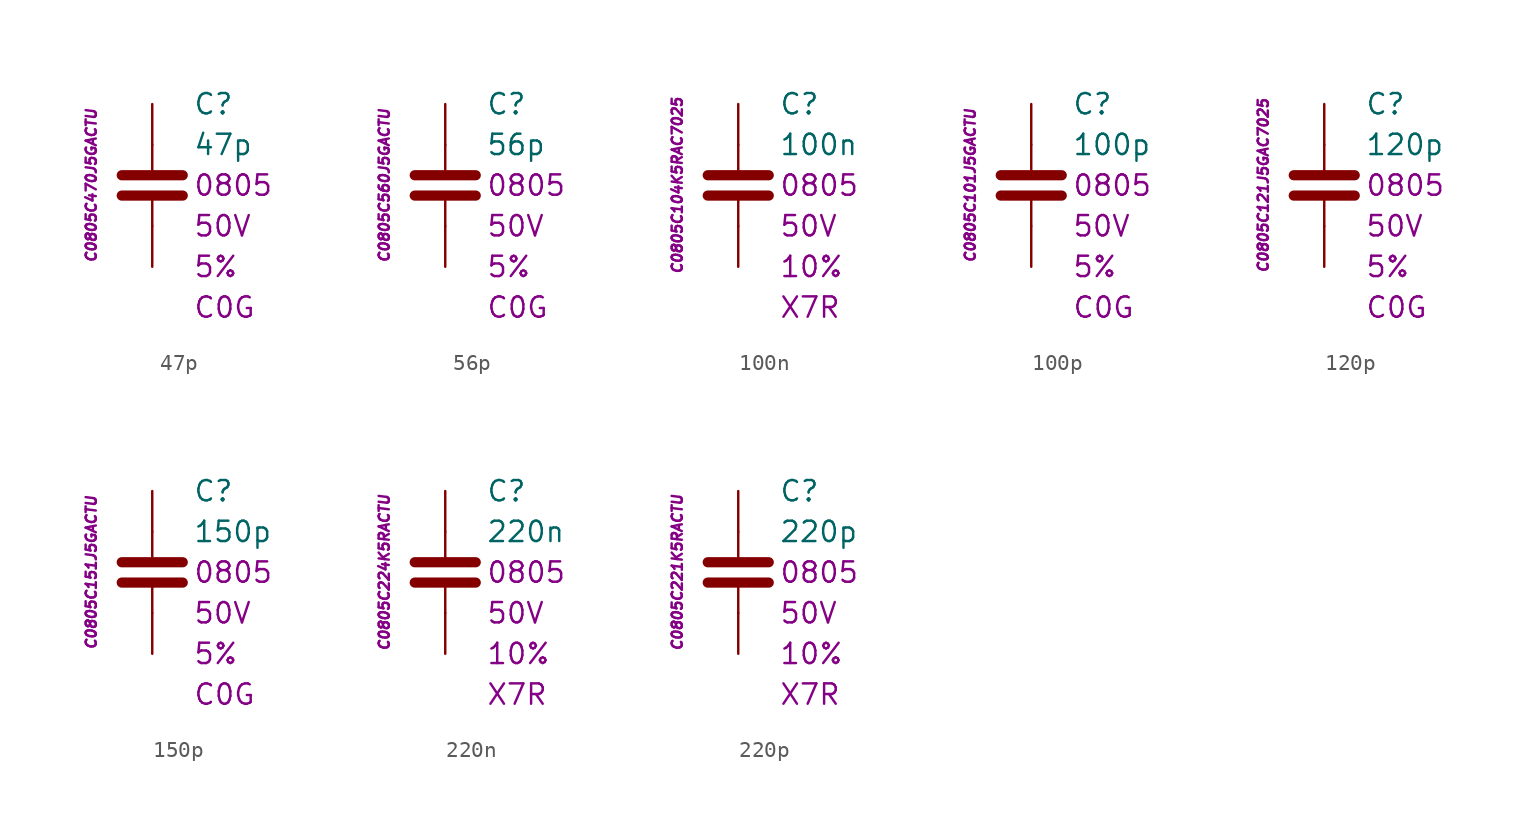
<source format=kicad_sym>
(kicad_symbol_lib
  (version 20201005)
  (generator kicad_symbol_editor)
  (symbol "C.Kemet.MLCC.0805:47p"
    (pin_numbers hide)
    (pin_names
      (offset 1.016) hide)
    (property "Reference" "C"
      (at 2.54 5.08 0)
      (effects (font (size 1.27 1.27)) (justify left)))
    (property "Value" "47p"
      (at 2.54 2.54 0)
      (effects (font (size 1.27 1.27)) (justify left)))
    (property "Package" "0805"
      (at 2.54 0 0)
      (effects (font (size 1.27 1.27)) (justify left)))
    (property "Voltage" "50V"
      (at 2.54 -2.54 0)
      (effects (font (size 1.27 1.27)) (justify left)))
    (property "Tolerance" "5%"
      (at 2.54 -5.08 0)
      (effects (font (size 1.27 1.27)) (justify left)))
    (property "Dielectric" "C0G"
      (at 2.54 -7.62 0)
      (effects (font (size 1.27 1.27)) (justify left)))
    (property "ID" "C0805C470J5GACTU"
      (at -3.81 0 90)
      (effects (font (size 0.635 0.635) italic)))
    (symbol "47p_0_1"
      (polyline (pts (xy -1.905 -0.635) (xy 1.905 -0.635)) (stroke (width 0.635)) (fill (type none)))
      (polyline (pts (xy -1.905 0.635) (xy 1.905 0.635)) (stroke (width 0.635)) (fill (type none)))
      (polyline (pts (xy 0 -2.54) (xy 0 -0.635)) (stroke (width 0.152)) (fill (type none)))
      (polyline (pts (xy 0 0.635) (xy 0 2.54)) (stroke (width 0.152)) (fill (type none))))
    (symbol "47p_1_1"
      (pin passive line (at 0 5.08 270) (length 2.54) (name "~" (effects (font (size 1.778 1.778)))) (number "1" (effects (font (size 1.778 1.778)))))
      (pin passive line (at 0 -5.08 90) (length 2.54) (name "~" (effects (font (size 1.778 1.778)))) (number "2" (effects (font (size 1.778 1.778)))))))
  (symbol "C.Kemet.MLCC.0805:56p"
    (pin_numbers hide)
    (pin_names
      (offset 1.016) hide)
    (property "Reference" "C"
      (at 2.54 5.08 0)
      (effects (font (size 1.27 1.27)) (justify left)))
    (property "Value" "56p"
      (at 2.54 2.54 0)
      (effects (font (size 1.27 1.27)) (justify left)))
    (property "Package" "0805"
      (at 2.54 0 0)
      (effects (font (size 1.27 1.27)) (justify left)))
    (property "Voltage" "50V"
      (at 2.54 -2.54 0)
      (effects (font (size 1.27 1.27)) (justify left)))
    (property "Tolerance" "5%"
      (at 2.54 -5.08 0)
      (effects (font (size 1.27 1.27)) (justify left)))
    (property "Dielectric" "C0G"
      (at 2.54 -7.62 0)
      (effects (font (size 1.27 1.27)) (justify left)))
    (property "ID" "C0805C560J5GACTU"
      (at -3.81 0 90)
      (effects (font (size 0.635 0.635) italic)))
    (symbol "56p_0_1"
      (polyline (pts (xy -1.905 -0.635) (xy 1.905 -0.635)) (stroke (width 0.635)) (fill (type none)))
      (polyline (pts (xy -1.905 0.635) (xy 1.905 0.635)) (stroke (width 0.635)) (fill (type none)))
      (polyline (pts (xy 0 -2.54) (xy 0 -0.635)) (stroke (width 0.152)) (fill (type none)))
      (polyline (pts (xy 0 0.635) (xy 0 2.54)) (stroke (width 0.152)) (fill (type none))))
    (symbol "56p_1_1"
      (pin passive line (at 0 5.08 270) (length 2.54) (name "~" (effects (font (size 1.778 1.778)))) (number "1" (effects (font (size 1.778 1.778)))))
      (pin passive line (at 0 -5.08 90) (length 2.54) (name "~" (effects (font (size 1.778 1.778)))) (number "2" (effects (font (size 1.778 1.778)))))))
  (symbol "C.Kemet.MLCC.0805:100n"
    (pin_numbers hide)
    (pin_names
      (offset 1.016) hide)
    (property "Reference" "C"
      (at 2.54 5.08 0)
      (effects (font (size 1.27 1.27)) (justify left)))
    (property "Value" "100n"
      (at 2.54 2.54 0)
      (effects (font (size 1.27 1.27)) (justify left)))
    (property "Package" "0805"
      (at 2.54 0 0)
      (effects (font (size 1.27 1.27)) (justify left)))
    (property "Voltage" "50V"
      (at 2.54 -2.54 0)
      (effects (font (size 1.27 1.27)) (justify left)))
    (property "Tolerance" "10%"
      (at 2.54 -5.08 0)
      (effects (font (size 1.27 1.27)) (justify left)))
    (property "Dielectric" "X7R"
      (at 2.54 -7.62 0)
      (effects (font (size 1.27 1.27)) (justify left)))
    (property "ID" "C0805C104K5RAC7025"
      (at -3.81 0 90)
      (effects (font (size 0.635 0.635) italic)))
    (symbol "100n_0_1"
      (polyline (pts (xy -1.905 -0.635) (xy 1.905 -0.635)) (stroke (width 0.635)) (fill (type none)))
      (polyline (pts (xy -1.905 0.635) (xy 1.905 0.635)) (stroke (width 0.635)) (fill (type none)))
      (polyline (pts (xy 0 -2.54) (xy 0 -0.635)) (stroke (width 0.152)) (fill (type none)))
      (polyline (pts (xy 0 0.635) (xy 0 2.54)) (stroke (width 0.152)) (fill (type none))))
    (symbol "100n_1_1"
      (pin passive line (at 0 5.08 270) (length 2.54) (name "~" (effects (font (size 1.778 1.778)))) (number "1" (effects (font (size 1.778 1.778)))))
      (pin passive line (at 0 -5.08 90) (length 2.54) (name "~" (effects (font (size 1.778 1.778)))) (number "2" (effects (font (size 1.778 1.778)))))))
  (symbol "C.Kemet.MLCC.0805:100p"
    (pin_numbers hide)
    (pin_names
      (offset 1.016) hide)
    (property "Reference" "C"
      (at 2.54 5.08 0)
      (effects (font (size 1.27 1.27)) (justify left)))
    (property "Value" "100p"
      (at 2.54 2.54 0)
      (effects (font (size 1.27 1.27)) (justify left)))
    (property "Package" "0805"
      (at 2.54 0 0)
      (effects (font (size 1.27 1.27)) (justify left)))
    (property "Voltage" "50V"
      (at 2.54 -2.54 0)
      (effects (font (size 1.27 1.27)) (justify left)))
    (property "Tolerance" "5%"
      (at 2.54 -5.08 0)
      (effects (font (size 1.27 1.27)) (justify left)))
    (property "Dielectric" "C0G"
      (at 2.54 -7.62 0)
      (effects (font (size 1.27 1.27)) (justify left)))
    (property "ID" "C0805C101J5GACTU"
      (at -3.81 0 90)
      (effects (font (size 0.635 0.635) italic)))
    (symbol "100p_0_1"
      (polyline (pts (xy -1.905 -0.635) (xy 1.905 -0.635)) (stroke (width 0.635)) (fill (type none)))
      (polyline (pts (xy -1.905 0.635) (xy 1.905 0.635)) (stroke (width 0.635)) (fill (type none)))
      (polyline (pts (xy 0 -2.54) (xy 0 -0.635)) (stroke (width 0.152)) (fill (type none)))
      (polyline (pts (xy 0 0.635) (xy 0 2.54)) (stroke (width 0.152)) (fill (type none))))
    (symbol "100p_1_1"
      (pin passive line (at 0 5.08 270) (length 2.54) (name "~" (effects (font (size 1.778 1.778)))) (number "1" (effects (font (size 1.778 1.778)))))
      (pin passive line (at 0 -5.08 90) (length 2.54) (name "~" (effects (font (size 1.778 1.778)))) (number "2" (effects (font (size 1.778 1.778)))))))
  (symbol "C.Kemet.MLCC.0805:120p"
    (pin_numbers hide)
    (pin_names
      (offset 1.016) hide)
    (property "Reference" "C"
      (at 2.54 5.08 0)
      (effects (font (size 1.27 1.27)) (justify left)))
    (property "Value" "120p"
      (at 2.54 2.54 0)
      (effects (font (size 1.27 1.27)) (justify left)))
    (property "Package" "0805"
      (at 2.54 0 0)
      (effects (font (size 1.27 1.27)) (justify left)))
    (property "Voltage" "50V"
      (at 2.54 -2.54 0)
      (effects (font (size 1.27 1.27)) (justify left)))
    (property "Tolerance" "5%"
      (at 2.54 -5.08 0)
      (effects (font (size 1.27 1.27)) (justify left)))
    (property "Dielectric" "C0G"
      (at 2.54 -7.62 0)
      (effects (font (size 1.27 1.27)) (justify left)))
    (property "ID" "C0805C121J5GAC7025"
      (at -3.81 0 90)
      (effects (font (size 0.635 0.635) italic)))
    (symbol "120p_0_1"
      (polyline (pts (xy -1.905 -0.635) (xy 1.905 -0.635)) (stroke (width 0.635)) (fill (type none)))
      (polyline (pts (xy -1.905 0.635) (xy 1.905 0.635)) (stroke (width 0.635)) (fill (type none)))
      (polyline (pts (xy 0 -2.54) (xy 0 -0.635)) (stroke (width 0.152)) (fill (type none)))
      (polyline (pts (xy 0 0.635) (xy 0 2.54)) (stroke (width 0.152)) (fill (type none))))
    (symbol "120p_1_1"
      (pin passive line (at 0 5.08 270) (length 2.54) (name "~" (effects (font (size 1.778 1.778)))) (number "1" (effects (font (size 1.778 1.778)))))
      (pin passive line (at 0 -5.08 90) (length 2.54) (name "~" (effects (font (size 1.778 1.778)))) (number "2" (effects (font (size 1.778 1.778)))))))
  (symbol "C.Kemet.MLCC.0805:150p"
    (pin_numbers hide)
    (pin_names
      (offset 1.016) hide)
    (property "Reference" "C"
      (at 2.54 5.08 0)
      (effects (font (size 1.27 1.27)) (justify left)))
    (property "Value" "150p"
      (at 2.54 2.54 0)
      (effects (font (size 1.27 1.27)) (justify left)))
    (property "Package" "0805"
      (at 2.54 0 0)
      (effects (font (size 1.27 1.27)) (justify left)))
    (property "Voltage" "50V"
      (at 2.54 -2.54 0)
      (effects (font (size 1.27 1.27)) (justify left)))
    (property "Tolerance" "5%"
      (at 2.54 -5.08 0)
      (effects (font (size 1.27 1.27)) (justify left)))
    (property "Dielectric" "C0G"
      (at 2.54 -7.62 0)
      (effects (font (size 1.27 1.27)) (justify left)))
    (property "ID" "C0805C151J5GACTU"
      (at -3.81 0 90)
      (effects (font (size 0.635 0.635) italic)))
    (symbol "150p_0_1"
      (polyline (pts (xy -1.905 -0.635) (xy 1.905 -0.635)) (stroke (width 0.635)) (fill (type none)))
      (polyline (pts (xy -1.905 0.635) (xy 1.905 0.635)) (stroke (width 0.635)) (fill (type none)))
      (polyline (pts (xy 0 -2.54) (xy 0 -0.635)) (stroke (width 0.152)) (fill (type none)))
      (polyline (pts (xy 0 0.635) (xy 0 2.54)) (stroke (width 0.152)) (fill (type none))))
    (symbol "150p_1_1"
      (pin passive line (at 0 5.08 270) (length 2.54) (name "~" (effects (font (size 1.778 1.778)))) (number "1" (effects (font (size 1.778 1.778)))))
      (pin passive line (at 0 -5.08 90) (length 2.54) (name "~" (effects (font (size 1.778 1.778)))) (number "2" (effects (font (size 1.778 1.778)))))))
  (symbol "C.Kemet.MLCC.0805:220n"
    (pin_numbers hide)
    (pin_names
      (offset 1.016) hide)
    (property "Reference" "C"
      (at 2.54 5.08 0)
      (effects (font (size 1.27 1.27)) (justify left)))
    (property "Value" "220n"
      (at 2.54 2.54 0)
      (effects (font (size 1.27 1.27)) (justify left)))
    (property "Package" "0805"
      (at 2.54 0 0)
      (effects (font (size 1.27 1.27)) (justify left)))
    (property "Voltage" "50V"
      (at 2.54 -2.54 0)
      (effects (font (size 1.27 1.27)) (justify left)))
    (property "Tolerance" "10%"
      (at 2.54 -5.08 0)
      (effects (font (size 1.27 1.27)) (justify left)))
    (property "Dielectric" "X7R"
      (at 2.54 -7.62 0)
      (effects (font (size 1.27 1.27)) (justify left)))
    (property "ID" "C0805C224K5RACTU"
      (at -3.81 0 90)
      (effects (font (size 0.635 0.635) italic)))
    (symbol "220n_0_1"
      (polyline (pts (xy -1.905 -0.635) (xy 1.905 -0.635)) (stroke (width 0.635)) (fill (type none)))
      (polyline (pts (xy -1.905 0.635) (xy 1.905 0.635)) (stroke (width 0.635)) (fill (type none)))
      (polyline (pts (xy 0 -2.54) (xy 0 -0.635)) (stroke (width 0.152)) (fill (type none)))
      (polyline (pts (xy 0 0.635) (xy 0 2.54)) (stroke (width 0.152)) (fill (type none))))
    (symbol "220n_1_1"
      (pin passive line (at 0 5.08 270) (length 2.54) (name "~" (effects (font (size 1.778 1.778)))) (number "1" (effects (font (size 1.778 1.778)))))
      (pin passive line (at 0 -5.08 90) (length 2.54) (name "~" (effects (font (size 1.778 1.778)))) (number "2" (effects (font (size 1.778 1.778)))))))
  (symbol "C.Kemet.MLCC.0805:220p"
    (pin_numbers hide)
    (pin_names
      (offset 1.016) hide)
    (property "Reference" "C"
      (at 2.54 5.08 0)
      (effects (font (size 1.27 1.27)) (justify left)))
    (property "Value" "220p"
      (at 2.54 2.54 0)
      (effects (font (size 1.27 1.27)) (justify left)))
    (property "Package" "0805"
      (at 2.54 0 0)
      (effects (font (size 1.27 1.27)) (justify left)))
    (property "Voltage" "50V"
      (at 2.54 -2.54 0)
      (effects (font (size 1.27 1.27)) (justify left)))
    (property "Tolerance" "10%"
      (at 2.54 -5.08 0)
      (effects (font (size 1.27 1.27)) (justify left)))
    (property "Dielectric" "X7R"
      (at 2.54 -7.62 0)
      (effects (font (size 1.27 1.27)) (justify left)))
    (property "ID" "C0805C221K5RACTU"
      (at -3.81 0 90)
      (effects (font (size 0.635 0.635) italic)))
    (symbol "220p_0_1"
      (polyline (pts (xy -1.905 -0.635) (xy 1.905 -0.635)) (stroke (width 0.635)) (fill (type none)))
      (polyline (pts (xy -1.905 0.635) (xy 1.905 0.635)) (stroke (width 0.635)) (fill (type none)))
      (polyline (pts (xy 0 -2.54) (xy 0 -0.635)) (stroke (width 0.152)) (fill (type none)))
      (polyline (pts (xy 0 0.635) (xy 0 2.54)) (stroke (width 0.152)) (fill (type none))))
    (symbol "220p_1_1"
      (pin passive line (at 0 5.08 270) (length 2.54) (name "~" (effects (font (size 1.778 1.778)))) (number "1" (effects (font (size 1.778 1.778)))))
      (pin passive line (at 0 -5.08 90) (length 2.54) (name "~" (effects (font (size 1.778 1.778)))) (number "2" (effects (font (size 1.778 1.778))))))))
</source>
